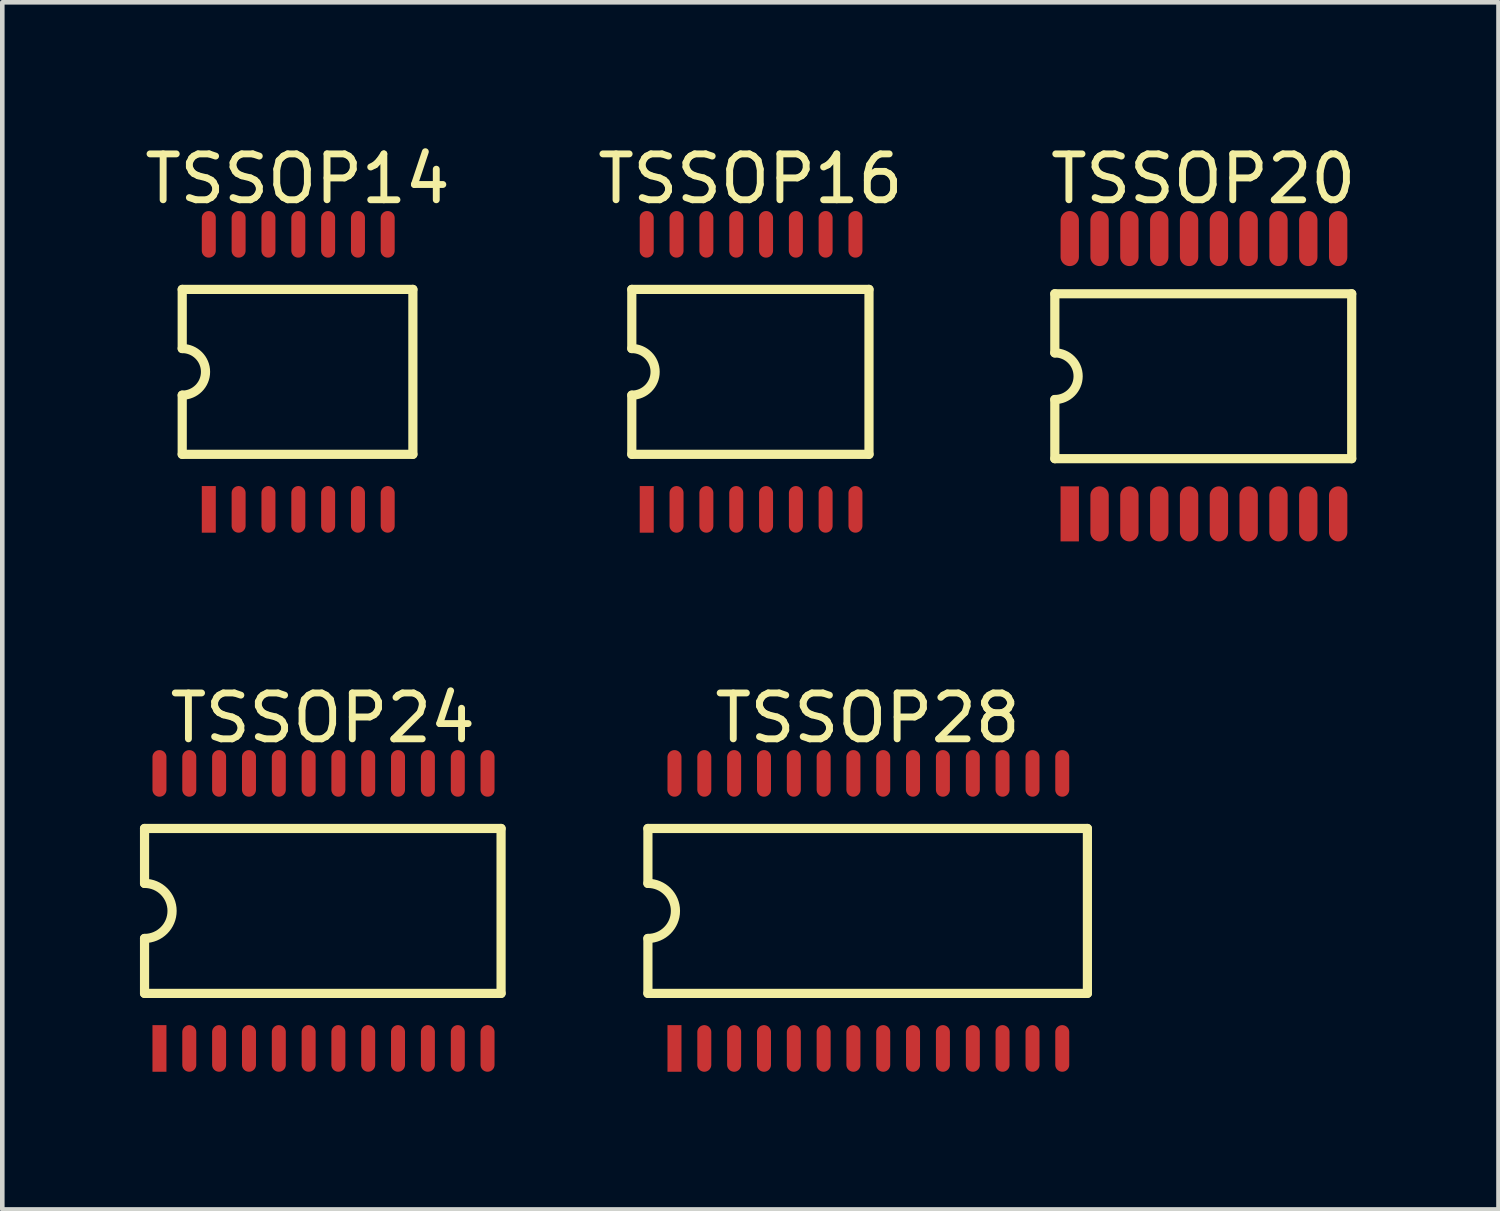
<source format=kicad_pcb>
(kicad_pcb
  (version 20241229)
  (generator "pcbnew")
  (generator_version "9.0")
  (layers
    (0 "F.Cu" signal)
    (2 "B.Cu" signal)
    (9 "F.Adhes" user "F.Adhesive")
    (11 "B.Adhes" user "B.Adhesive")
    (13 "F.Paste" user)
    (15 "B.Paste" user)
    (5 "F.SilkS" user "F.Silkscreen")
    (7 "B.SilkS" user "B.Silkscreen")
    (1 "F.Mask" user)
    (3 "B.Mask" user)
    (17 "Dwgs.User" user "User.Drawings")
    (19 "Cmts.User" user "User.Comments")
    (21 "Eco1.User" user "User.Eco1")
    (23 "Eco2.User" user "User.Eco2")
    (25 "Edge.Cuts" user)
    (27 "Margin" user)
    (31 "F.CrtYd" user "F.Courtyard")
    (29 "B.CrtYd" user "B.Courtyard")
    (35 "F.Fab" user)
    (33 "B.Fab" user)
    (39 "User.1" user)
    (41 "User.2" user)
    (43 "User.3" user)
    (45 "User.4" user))
  (footprint "TSSOP16"
    (layer "F.Cu")
    (at 11.044 8.051)
    (property "Reference" "TSSOP16" (at 2.26 -7.202 0) (layer "F.SilkS") (effects (font (size 1 1) (thickness 0.15))))
    (fp_line (start -0.325 -4.794) (end 4.844 -4.794) (stroke (width 0.2) (type solid)) (layer "F.SilkS"))
    (fp_line (start -0.325 -3.505) (end -0.325 -4.794) (stroke (width 0.2) (type solid)) (layer "F.SilkS"))
    (fp_line (start -0.325 -1.2) (end -0.325 -2.489) (stroke (width 0.2) (type solid)) (layer "F.SilkS"))
    (fp_line (start -0.325 -1.2) (end 4.844 -1.2) (stroke (width 0.2) (type solid)) (layer "F.SilkS"))
    (fp_line (start 4.844 -1.2) (end 4.844 -4.794) (stroke (width 0.2) (type solid)) (layer "F.SilkS"))
    (fp_arc (start -0.32499 -3.5052) (mid 0.18301 -2.9972) (end -0.32499 -2.4892) (stroke (width 0.2) (type solid)) (layer "F.SilkS"))
    (pad "1" smd rect (at 0 0 90) (size 1.016 0.305) (layers "F.Cu" "F.Mask" "F.Paste"))
    (pad "2" smd oval (at 0.65 0 90) (size 1.016 0.305) (layers "F.Cu" "F.Mask" "F.Paste"))
    (pad "3" smd oval (at 1.3 0 90) (size 1.016 0.305) (layers "F.Cu" "F.Mask" "F.Paste"))
    (pad "4" smd oval (at 1.951 0 90) (size 1.016 0.305) (layers "F.Cu" "F.Mask" "F.Paste"))
    (pad "5" smd oval (at 2.601 0 90) (size 1.016 0.305) (layers "F.Cu" "F.Mask" "F.Paste"))
    (pad "6" smd oval (at 3.251 0 90) (size 1.016 0.305) (layers "F.Cu" "F.Mask" "F.Paste"))
    (pad "7" smd oval (at 3.899 0 90) (size 1.016 0.305) (layers "F.Cu" "F.Mask" "F.Paste"))
    (pad "8" smd oval (at 4.549 0 90) (size 1.016 0.305) (layers "F.Cu" "F.Mask" "F.Paste"))
    (pad "9" smd oval (at 4.549 -5.994 90) (size 1.016 0.305) (layers "F.Cu" "F.Mask" "F.Paste"))
    (pad "10" smd oval (at 3.899 -5.994 90) (size 1.016 0.305) (layers "F.Cu" "F.Mask" "F.Paste"))
    (pad "11" smd oval (at 3.251 -5.994 90) (size 1.016 0.305) (layers "F.Cu" "F.Mask" "F.Paste"))
    (pad "12" smd oval (at 2.601 -5.994 90) (size 1.016 0.305) (layers "F.Cu" "F.Mask" "F.Paste"))
    (pad "13" smd oval (at 1.951 -5.994 90) (size 1.016 0.305) (layers "F.Cu" "F.Mask" "F.Paste"))
    (pad "14" smd oval (at 1.3 -5.994 90) (size 1.016 0.305) (layers "F.Cu" "F.Mask" "F.Paste"))
    (pad "15" smd oval (at 0.65 -5.994 90) (size 1.016 0.305) (layers "F.Cu" "F.Mask" "F.Paste"))
    (pad "16" smd oval (at 0 -5.994 90) (size 1.016 0.305) (layers "F.Cu" "F.Mask" "F.Paste")))
  (footprint "TSSOP24"
    (layer "F.Cu")
    (at 0.425 19.799)
    (property "Reference" "TSSOP24" (at 3.56 -7.202 0) (layer "F.SilkS") (effects (font (size 1 1) (thickness 0.15))))
    (fp_line (start -0.325 -4.794) (end 7.445 -4.794) (stroke (width 0.2) (type solid)) (layer "F.SilkS"))
    (fp_line (start -0.325 -3.597) (end -0.325 -4.794) (stroke (width 0.2) (type solid)) (layer "F.SilkS"))
    (fp_line (start -0.325 -1.2) (end -0.325 -2.397) (stroke (width 0.2) (type solid)) (layer "F.SilkS"))
    (fp_line (start -0.325 -1.2) (end 7.445 -1.2) (stroke (width 0.2) (type solid)) (layer "F.SilkS"))
    (fp_line (start 7.445 -1.2) (end 7.445 -4.794) (stroke (width 0.2) (type solid)) (layer "F.SilkS"))
    (fp_arc (start -0.32499 -3.5972) (mid 0.27501 -2.9972) (end -0.32499 -2.3972) (stroke (width 0.2) (type solid)) (layer "F.SilkS"))
    (pad "1" smd rect (at 0 0 90) (size 1.016 0.305) (layers "F.Cu" "F.Mask" "F.Paste"))
    (pad "2" smd oval (at 0.65 0 90) (size 1.016 0.305) (layers "F.Cu" "F.Mask" "F.Paste"))
    (pad "3" smd oval (at 1.3 0 90) (size 1.016 0.305) (layers "F.Cu" "F.Mask" "F.Paste"))
    (pad "4" smd oval (at 1.951 0 90) (size 1.016 0.305) (layers "F.Cu" "F.Mask" "F.Paste"))
    (pad "5" smd oval (at 2.601 0 90) (size 1.016 0.305) (layers "F.Cu" "F.Mask" "F.Paste"))
    (pad "6" smd oval (at 3.251 0 90) (size 1.016 0.305) (layers "F.Cu" "F.Mask" "F.Paste"))
    (pad "7" smd oval (at 3.899 0 90) (size 1.016 0.305) (layers "F.Cu" "F.Mask" "F.Paste"))
    (pad "8" smd oval (at 4.549 0 90) (size 1.016 0.305) (layers "F.Cu" "F.Mask" "F.Paste"))
    (pad "9" smd oval (at 5.199 0 90) (size 1.016 0.305) (layers "F.Cu" "F.Mask" "F.Paste"))
    (pad "10" smd oval (at 5.85 0 90) (size 1.016 0.305) (layers "F.Cu" "F.Mask" "F.Paste"))
    (pad "11" smd oval (at 6.502 0 90) (size 1.016 0.305) (layers "F.Cu" "F.Mask" "F.Paste"))
    (pad "12" smd oval (at 7.15 0 90) (size 1.016 0.305) (layers "F.Cu" "F.Mask" "F.Paste"))
    (pad "13" smd oval (at 7.15 -5.994 90) (size 1.016 0.305) (layers "F.Cu" "F.Mask" "F.Paste"))
    (pad "14" smd oval (at 6.502 -5.994 90) (size 1.016 0.305) (layers "F.Cu" "F.Mask" "F.Paste"))
    (pad "15" smd oval (at 5.85 -5.994 90) (size 1.016 0.305) (layers "F.Cu" "F.Mask" "F.Paste"))
    (pad "16" smd oval (at 5.199 -5.994 90) (size 1.016 0.305) (layers "F.Cu" "F.Mask" "F.Paste"))
    (pad "17" smd oval (at 4.549 -5.994 90) (size 1.016 0.305) (layers "F.Cu" "F.Mask" "F.Paste"))
    (pad "18" smd oval (at 3.899 -5.994 90) (size 1.016 0.305) (layers "F.Cu" "F.Mask" "F.Paste"))
    (pad "19" smd oval (at 3.251 -5.994 90) (size 1.016 0.305) (layers "F.Cu" "F.Mask" "F.Paste"))
    (pad "20" smd oval (at 2.601 -5.994 90) (size 1.016 0.305) (layers "F.Cu" "F.Mask" "F.Paste"))
    (pad "21" smd oval (at 1.951 -5.994 90) (size 1.016 0.305) (layers "F.Cu" "F.Mask" "F.Paste"))
    (pad "22" smd oval (at 1.3 -5.994 90) (size 1.016 0.305) (layers "F.Cu" "F.Mask" "F.Paste"))
    (pad "23" smd oval (at 0.65 -5.994 90) (size 1.016 0.305) (layers "F.Cu" "F.Mask" "F.Paste"))
    (pad "24" smd oval (at 0 -5.994 90) (size 1.016 0.305) (layers "F.Cu" "F.Mask" "F.Paste")))
  (footprint "TSSOP20"
    (layer "F.Cu")
    (at 20.263 8.146)
    (property "Reference" "TSSOP20" (at 2.91 -7.297 0) (layer "F.SilkS") (effects (font (size 1 1) (thickness 0.15))))
    (fp_line (start -0.325 -4.794) (end 6.145 -4.794) (stroke (width 0.2) (type solid)) (layer "F.SilkS"))
    (fp_line (start -0.325 -3.505) (end -0.325 -4.794) (stroke (width 0.2) (type solid)) (layer "F.SilkS"))
    (fp_line (start -0.325 -1.2) (end -0.325 -2.489) (stroke (width 0.2) (type solid)) (layer "F.SilkS"))
    (fp_line (start -0.325 -1.2) (end 6.145 -1.2) (stroke (width 0.2) (type solid)) (layer "F.SilkS"))
    (fp_line (start 6.145 -1.2) (end 6.145 -4.794) (stroke (width 0.2) (type solid)) (layer "F.SilkS"))
    (fp_arc (start -0.32499 -3.5052) (mid 0.18301 -2.9972) (end -0.32499 -2.4892) (stroke (width 0.2) (type solid)) (layer "F.SilkS"))
    (pad "1" smd rect (at 0 0.003 90) (size 1.2 0.4) (layers "F.Cu" "F.Mask" "F.Paste"))
    (pad "2" smd oval (at 0.65 0.003 90) (size 1.2 0.4) (layers "F.Cu" "F.Mask" "F.Paste"))
    (pad "3" smd oval (at 1.3 0.003 90) (size 1.2 0.4) (layers "F.Cu" "F.Mask" "F.Paste"))
    (pad "4" smd oval (at 1.951 0.003 90) (size 1.2 0.4) (layers "F.Cu" "F.Mask" "F.Paste"))
    (pad "5" smd oval (at 2.601 0.003 90) (size 1.2 0.4) (layers "F.Cu" "F.Mask" "F.Paste"))
    (pad "6" smd oval (at 3.251 0.003 90) (size 1.2 0.4) (layers "F.Cu" "F.Mask" "F.Paste"))
    (pad "7" smd oval (at 3.899 0.003 90) (size 1.2 0.4) (layers "F.Cu" "F.Mask" "F.Paste"))
    (pad "8" smd oval (at 4.549 0.003 90) (size 1.2 0.4) (layers "F.Cu" "F.Mask" "F.Paste"))
    (pad "9" smd oval (at 5.199 0.003 90) (size 1.2 0.4) (layers "F.Cu" "F.Mask" "F.Paste"))
    (pad "10" smd oval (at 5.85 0.003 90) (size 1.2 0.4) (layers "F.Cu" "F.Mask" "F.Paste"))
    (pad "11" smd oval (at 5.85 -5.997 90) (size 1.2 0.4) (layers "F.Cu" "F.Mask" "F.Paste"))
    (pad "12" smd oval (at 5.199 -5.997 90) (size 1.2 0.4) (layers "F.Cu" "F.Mask" "F.Paste"))
    (pad "13" smd oval (at 4.549 -5.997 90) (size 1.2 0.4) (layers "F.Cu" "F.Mask" "F.Paste"))
    (pad "14" smd oval (at 3.899 -5.997 90) (size 1.2 0.4) (layers "F.Cu" "F.Mask" "F.Paste"))
    (pad "15" smd oval (at 3.251 -5.997 90) (size 1.2 0.4) (layers "F.Cu" "F.Mask" "F.Paste"))
    (pad "16" smd oval (at 2.601 -5.997 90) (size 1.2 0.4) (layers "F.Cu" "F.Mask" "F.Paste"))
    (pad "17" smd oval (at 1.951 -5.997 90) (size 1.2 0.4) (layers "F.Cu" "F.Mask" "F.Paste"))
    (pad "18" smd oval (at 1.3 -5.997 90) (size 1.2 0.4) (layers "F.Cu" "F.Mask" "F.Paste"))
    (pad "19" smd oval (at 0.65 -5.997 90) (size 1.2 0.4) (layers "F.Cu" "F.Mask" "F.Paste"))
    (pad "20" smd oval (at 0 -5.997 90) (size 1.2 0.4) (layers "F.Cu" "F.Mask" "F.Paste")))
  (footprint "TSSOP14"
    (layer "F.Cu")
    (at 1.5 8.051)
    (property "Reference" "TSSOP14" (at 1.934 -7.202 0) (layer "F.SilkS") (effects (font (size 1 1) (thickness 0.15))))
    (fp_line (start -0.579 -4.794) (end 4.448 -4.794) (stroke (width 0.2) (type solid)) (layer "F.SilkS"))
    (fp_line (start -0.579 -3.505) (end -0.579 -4.794) (stroke (width 0.2) (type solid)) (layer "F.SilkS"))
    (fp_line (start -0.579 -1.2) (end -0.579 -2.489) (stroke (width 0.2) (type solid)) (layer "F.SilkS"))
    (fp_line (start -0.579 -1.2) (end 4.448 -1.2) (stroke (width 0.2) (type solid)) (layer "F.SilkS"))
    (fp_line (start 4.448 -1.2) (end 4.448 -4.794) (stroke (width 0.2) (type solid)) (layer "F.SilkS"))
    (fp_arc (start -0.57899 -3.5052) (mid -0.07099 -2.9972) (end -0.57899 -2.4892) (stroke (width 0.2) (type solid)) (layer "F.SilkS"))
    (pad "1" smd rect (at 0 0 90) (size 1.016 0.305) (layers "F.Cu" "F.Mask" "F.Paste"))
    (pad "2" smd oval (at 0.65 0 90) (size 1.016 0.305) (layers "F.Cu" "F.Mask" "F.Paste"))
    (pad "3" smd oval (at 1.3 0 90) (size 1.016 0.305) (layers "F.Cu" "F.Mask" "F.Paste"))
    (pad "4" smd oval (at 1.951 0 90) (size 1.016 0.305) (layers "F.Cu" "F.Mask" "F.Paste"))
    (pad "5" smd oval (at 2.601 0 90) (size 1.016 0.305) (layers "F.Cu" "F.Mask" "F.Paste"))
    (pad "6" smd oval (at 3.251 0 90) (size 1.016 0.305) (layers "F.Cu" "F.Mask" "F.Paste"))
    (pad "7" smd oval (at 3.899 0 90) (size 1.016 0.305) (layers "F.Cu" "F.Mask" "F.Paste"))
    (pad "8" smd oval (at 3.899 -5.994 90) (size 1.016 0.305) (layers "F.Cu" "F.Mask" "F.Paste"))
    (pad "9" smd oval (at 3.251 -5.994 90) (size 1.016 0.305) (layers "F.Cu" "F.Mask" "F.Paste"))
    (pad "10" smd oval (at 2.601 -5.994 90) (size 1.016 0.305) (layers "F.Cu" "F.Mask" "F.Paste"))
    (pad "11" smd oval (at 1.951 -5.994 90) (size 1.016 0.305) (layers "F.Cu" "F.Mask" "F.Paste"))
    (pad "12" smd oval (at 1.3 -5.994 90) (size 1.016 0.305) (layers "F.Cu" "F.Mask" "F.Paste"))
    (pad "13" smd oval (at 0.65 -5.994 90) (size 1.016 0.305) (layers "F.Cu" "F.Mask" "F.Paste"))
    (pad "14" smd oval (at 0 -5.994 90) (size 1.016 0.305) (layers "F.Cu" "F.Mask" "F.Paste")))
  (footprint "TSSOP28"
    (layer "F.Cu")
    (at 11.649 19.799)
    (property "Reference" "TSSOP28" (at 4.21 -7.202 0) (layer "F.SilkS") (effects (font (size 1 1) (thickness 0.15))))
    (fp_line (start -0.579 -4.794) (end 8.999 -4.794) (stroke (width 0.2) (type solid)) (layer "F.SilkS"))
    (fp_line (start -0.579 -3.597) (end -0.579 -4.794) (stroke (width 0.2) (type solid)) (layer "F.SilkS"))
    (fp_line (start -0.579 -1.2) (end -0.579 -2.397) (stroke (width 0.2) (type solid)) (layer "F.SilkS"))
    (fp_line (start -0.579 -1.2) (end 8.999 -1.2) (stroke (width 0.2) (type solid)) (layer "F.SilkS"))
    (fp_line (start 8.999 -1.2) (end 8.999 -4.794) (stroke (width 0.2) (type solid)) (layer "F.SilkS"))
    (fp_arc (start -0.57899 -3.5972) (mid 0.02101 -2.9972) (end -0.57899 -2.3972) (stroke (width 0.2) (type solid)) (layer "F.SilkS"))
    (pad "1" smd rect (at 0 0 90) (size 1.016 0.305) (layers "F.Cu" "F.Mask" "F.Paste"))
    (pad "2" smd oval (at 0.65 0 90) (size 1.016 0.305) (layers "F.Cu" "F.Mask" "F.Paste"))
    (pad "3" smd oval (at 1.3 0 90) (size 1.016 0.305) (layers "F.Cu" "F.Mask" "F.Paste"))
    (pad "4" smd oval (at 1.951 0 90) (size 1.016 0.305) (layers "F.Cu" "F.Mask" "F.Paste"))
    (pad "5" smd oval (at 2.601 0 90) (size 1.016 0.305) (layers "F.Cu" "F.Mask" "F.Paste"))
    (pad "6" smd oval (at 3.251 0 90) (size 1.016 0.305) (layers "F.Cu" "F.Mask" "F.Paste"))
    (pad "7" smd oval (at 3.899 0 90) (size 1.016 0.305) (layers "F.Cu" "F.Mask" "F.Paste"))
    (pad "8" smd oval (at 4.549 0 90) (size 1.016 0.305) (layers "F.Cu" "F.Mask" "F.Paste"))
    (pad "9" smd oval (at 5.199 0 90) (size 1.016 0.305) (layers "F.Cu" "F.Mask" "F.Paste"))
    (pad "10" smd oval (at 5.85 0 90) (size 1.016 0.305) (layers "F.Cu" "F.Mask" "F.Paste"))
    (pad "11" smd oval (at 6.502 0 90) (size 1.016 0.305) (layers "F.Cu" "F.Mask" "F.Paste"))
    (pad "12" smd oval (at 7.15 0 90) (size 1.016 0.305) (layers "F.Cu" "F.Mask" "F.Paste"))
    (pad "13" smd oval (at 7.803 0 90) (size 1.016 0.305) (layers "F.Cu" "F.Mask" "F.Paste"))
    (pad "14" smd oval (at 8.451 0 90) (size 1.016 0.305) (layers "F.Cu" "F.Mask" "F.Paste"))
    (pad "15" smd oval (at 8.451 -5.994 90) (size 1.016 0.305) (layers "F.Cu" "F.Mask" "F.Paste"))
    (pad "16" smd oval (at 7.803 -5.994 90) (size 1.016 0.305) (layers "F.Cu" "F.Mask" "F.Paste"))
    (pad "17" smd oval (at 7.15 -5.994 90) (size 1.016 0.305) (layers "F.Cu" "F.Mask" "F.Paste"))
    (pad "18" smd oval (at 6.502 -5.994 90) (size 1.016 0.305) (layers "F.Cu" "F.Mask" "F.Paste"))
    (pad "19" smd oval (at 5.85 -5.994 90) (size 1.016 0.305) (layers "F.Cu" "F.Mask" "F.Paste"))
    (pad "20" smd oval (at 5.199 -5.994 90) (size 1.016 0.305) (layers "F.Cu" "F.Mask" "F.Paste"))
    (pad "21" smd oval (at 4.549 -5.994 90) (size 1.016 0.305) (layers "F.Cu" "F.Mask" "F.Paste"))
    (pad "22" smd oval (at 3.899 -5.994 90) (size 1.016 0.305) (layers "F.Cu" "F.Mask" "F.Paste"))
    (pad "23" smd oval (at 3.251 -5.994 90) (size 1.016 0.305) (layers "F.Cu" "F.Mask" "F.Paste"))
    (pad "24" smd oval (at 2.601 -5.994 90) (size 1.016 0.305) (layers "F.Cu" "F.Mask" "F.Paste"))
    (pad "25" smd oval (at 1.951 -5.994 90) (size 1.016 0.305) (layers "F.Cu" "F.Mask" "F.Paste"))
    (pad "26" smd oval (at 1.3 -5.994 90) (size 1.016 0.305) (layers "F.Cu" "F.Mask" "F.Paste"))
    (pad "27" smd oval (at 0.65 -5.994 90) (size 1.016 0.305) (layers "F.Cu" "F.Mask" "F.Paste"))
    (pad "28" smd oval (at 0 -5.994 90) (size 1.016 0.305) (layers "F.Cu" "F.Mask" "F.Paste")))
  (gr_rect
    (start -3 -3)
    (end 29.607 23.307)
    (stroke (width 0.1) (type default))
    (fill no)
    (layer "Edge.Cuts")))
</source>
